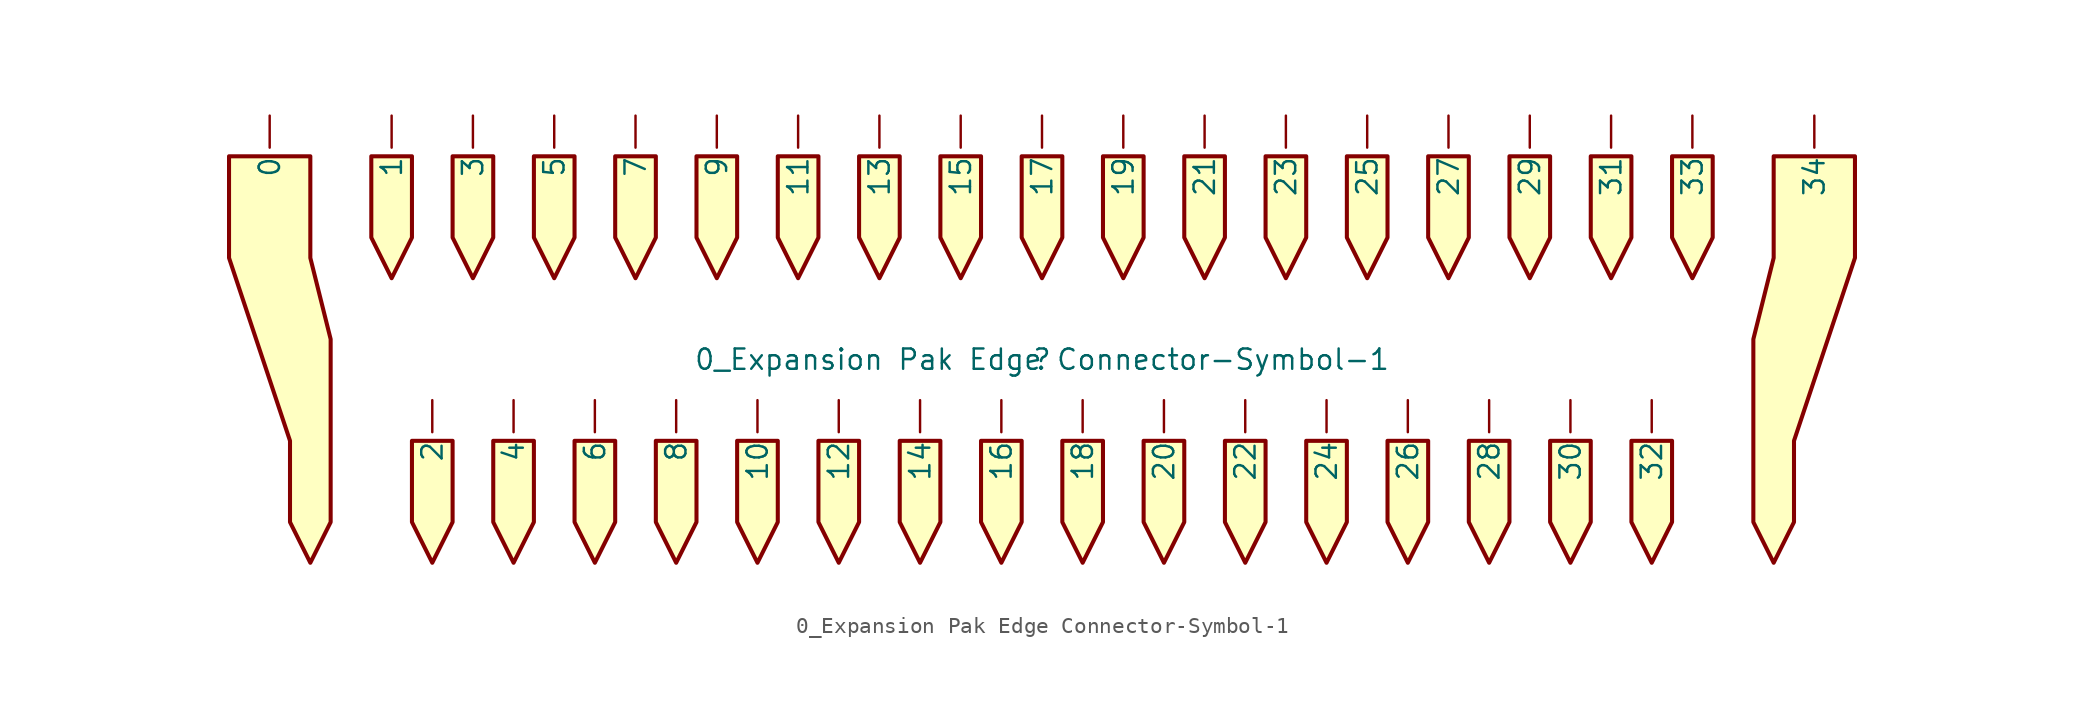
<source format=kicad_sym>
(kicad_symbol_lib
  (version 20241209)
  (generator "kicad_symbol_editor")
  (generator_version "9.0")
  (symbol "0_Expansion Pak Edge Connector-Symbol-1"
    (property "Reference" ""
      (at 0 0 0)
      (effects (font (size 1.27 1.27))))
    (property "Value" "0_Expansion Pak Edge Connector-Symbol-1"
      (at 0 0 0)
      (effects (font (size 1.27 1.27))))
    (symbol "0_Expansion Pak Edge Connector-Symbol-1_1_0"
      (polyline (pts (xy -50.8 12.7) (xy -50.8 6.35) (xy -46.99 -5.08) (xy -46.99 -10.16) (xy -45.72 -12.7) (xy -44.45 -10.16) (xy -44.45 1.27) (xy -45.72 6.35) (xy -45.72 12.7) (xy -50.8 12.7)) (stroke (width 0.254) (type default)) (fill (type background)))
      (polyline (pts (xy -41.91 12.7) (xy -41.91 7.62) (xy -40.64 5.08) (xy -39.37 7.62) (xy -39.37 12.7) (xy -41.91 12.7)) (stroke (width 0.254) (type default)) (fill (type background)))
      (polyline (pts (xy -39.37 -5.08) (xy -39.37 -10.16) (xy -38.1 -12.7) (xy -36.83 -10.16) (xy -36.83 -5.08) (xy -39.37 -5.08)) (stroke (width 0.254) (type default)) (fill (type background)))
      (polyline (pts (xy -36.83 12.7) (xy -36.83 7.62) (xy -35.56 5.08) (xy -34.29 7.62) (xy -34.29 12.7) (xy -36.83 12.7)) (stroke (width 0.254) (type default)) (fill (type background)))
      (polyline (pts (xy -34.29 -5.08) (xy -34.29 -10.16) (xy -33.02 -12.7) (xy -31.75 -10.16) (xy -31.75 -5.08) (xy -34.29 -5.08)) (stroke (width 0.254) (type default)) (fill (type background)))
      (polyline (pts (xy -31.75 12.7) (xy -31.75 7.62) (xy -30.48 5.08) (xy -29.21 7.62) (xy -29.21 12.7) (xy -31.75 12.7)) (stroke (width 0.254) (type default)) (fill (type background)))
      (polyline (pts (xy -29.21 -5.08) (xy -29.21 -10.16) (xy -27.94 -12.7) (xy -26.67 -10.16) (xy -26.67 -5.08) (xy -29.21 -5.08)) (stroke (width 0.254) (type default)) (fill (type background)))
      (polyline (pts (xy -26.67 12.7) (xy -26.67 7.62) (xy -25.4 5.08) (xy -24.13 7.62) (xy -24.13 12.7) (xy -26.67 12.7)) (stroke (width 0.254) (type default)) (fill (type background)))
      (polyline (pts (xy -24.13 -5.08) (xy -24.13 -10.16) (xy -22.86 -12.7) (xy -21.59 -10.16) (xy -21.59 -5.08) (xy -24.13 -5.08)) (stroke (width 0.254) (type default)) (fill (type background)))
      (polyline (pts (xy -21.59 12.7) (xy -21.59 7.62) (xy -20.32 5.08) (xy -19.05 7.62) (xy -19.05 12.7) (xy -21.59 12.7)) (stroke (width 0.254) (type default)) (fill (type background)))
      (polyline (pts (xy -19.05 -5.08) (xy -19.05 -10.16) (xy -17.78 -12.7) (xy -16.51 -10.16) (xy -16.51 -5.08) (xy -19.05 -5.08)) (stroke (width 0.254) (type default)) (fill (type background)))
      (polyline (pts (xy -16.51 12.7) (xy -16.51 7.62) (xy -15.24 5.08) (xy -13.97 7.62) (xy -13.97 12.7) (xy -16.51 12.7)) (stroke (width 0.254) (type default)) (fill (type background)))
      (polyline (pts (xy -13.97 -5.08) (xy -13.97 -10.16) (xy -12.7 -12.7) (xy -11.43 -10.16) (xy -11.43 -5.08) (xy -13.97 -5.08)) (stroke (width 0.254) (type default)) (fill (type background)))
      (polyline (pts (xy -11.43 12.7) (xy -11.43 7.62) (xy -10.16 5.08) (xy -8.89 7.62) (xy -8.89 12.7) (xy -11.43 12.7)) (stroke (width 0.254) (type default)) (fill (type background)))
      (polyline (pts (xy -8.89 -5.08) (xy -8.89 -10.16) (xy -7.62 -12.7) (xy -6.35 -10.16) (xy -6.35 -5.08) (xy -8.89 -5.08)) (stroke (width 0.254) (type default)) (fill (type background)))
      (polyline (pts (xy -6.35 12.7) (xy -6.35 7.62) (xy -5.08 5.08) (xy -3.81 7.62) (xy -3.81 12.7) (xy -6.35 12.7)) (stroke (width 0.254) (type default)) (fill (type background)))
      (polyline (pts (xy -3.81 -5.08) (xy -3.81 -10.16) (xy -2.54 -12.7) (xy -1.27 -10.16) (xy -1.27 -5.08) (xy -3.81 -5.08)) (stroke (width 0.254) (type default)) (fill (type background)))
      (polyline (pts (xy -1.27 12.7) (xy -1.27 7.62) (xy 0 5.08) (xy 1.27 7.62) (xy 1.27 12.7) (xy -1.27 12.7)) (stroke (width 0.254) (type default)) (fill (type background)))
      (polyline (pts (xy 1.27 -5.08) (xy 1.27 -10.16) (xy 2.54 -12.7) (xy 3.81 -10.16) (xy 3.81 -5.08) (xy 1.27 -5.08)) (stroke (width 0.254) (type default)) (fill (type background)))
      (polyline (pts (xy 3.81 12.7) (xy 3.81 7.62) (xy 5.08 5.08) (xy 6.35 7.62) (xy 6.35 12.7) (xy 3.81 12.7)) (stroke (width 0.254) (type default)) (fill (type background)))
      (polyline (pts (xy 6.35 -5.08) (xy 6.35 -10.16) (xy 7.62 -12.7) (xy 8.89 -10.16) (xy 8.89 -5.08) (xy 6.35 -5.08)) (stroke (width 0.254) (type default)) (fill (type background)))
      (polyline (pts (xy 8.89 12.7) (xy 8.89 7.62) (xy 10.16 5.08) (xy 11.43 7.62) (xy 11.43 12.7) (xy 8.89 12.7)) (stroke (width 0.254) (type default)) (fill (type background)))
      (polyline (pts (xy 11.43 -5.08) (xy 11.43 -10.16) (xy 12.7 -12.7) (xy 13.97 -10.16) (xy 13.97 -5.08) (xy 11.43 -5.08)) (stroke (width 0.254) (type default)) (fill (type background)))
      (polyline (pts (xy 13.97 12.7) (xy 13.97 7.62) (xy 15.24 5.08) (xy 16.51 7.62) (xy 16.51 12.7) (xy 13.97 12.7)) (stroke (width 0.254) (type default)) (fill (type background)))
      (polyline (pts (xy 16.51 -5.08) (xy 16.51 -10.16) (xy 17.78 -12.7) (xy 19.05 -10.16) (xy 19.05 -5.08) (xy 16.51 -5.08)) (stroke (width 0.254) (type default)) (fill (type background)))
      (polyline (pts (xy 19.05 12.7) (xy 19.05 7.62) (xy 20.32 5.08) (xy 21.59 7.62) (xy 21.59 12.7) (xy 19.05 12.7)) (stroke (width 0.254) (type default)) (fill (type background)))
      (polyline (pts (xy 21.59 -5.08) (xy 21.59 -10.16) (xy 22.86 -12.7) (xy 24.13 -10.16) (xy 24.13 -5.08) (xy 21.59 -5.08)) (stroke (width 0.254) (type default)) (fill (type background)))
      (polyline (pts (xy 24.13 12.7) (xy 24.13 7.62) (xy 25.4 5.08) (xy 26.67 7.62) (xy 26.67 12.7) (xy 24.13 12.7)) (stroke (width 0.254) (type default)) (fill (type background)))
      (polyline (pts (xy 26.67 -5.08) (xy 26.67 -10.16) (xy 27.94 -12.7) (xy 29.21 -10.16) (xy 29.21 -5.08) (xy 26.67 -5.08)) (stroke (width 0.254) (type default)) (fill (type background)))
      (polyline (pts (xy 29.21 12.7) (xy 29.21 7.62) (xy 30.48 5.08) (xy 31.75 7.62) (xy 31.75 12.7) (xy 29.21 12.7)) (stroke (width 0.254) (type default)) (fill (type background)))
      (polyline (pts (xy 31.75 -5.08) (xy 31.75 -10.16) (xy 33.02 -12.7) (xy 34.29 -10.16) (xy 34.29 -5.08) (xy 31.75 -5.08)) (stroke (width 0.254) (type default)) (fill (type background)))
      (polyline (pts (xy 34.29 12.7) (xy 34.29 7.62) (xy 35.56 5.08) (xy 36.83 7.62) (xy 36.83 12.7) (xy 34.29 12.7)) (stroke (width 0.254) (type default)) (fill (type background)))
      (polyline (pts (xy 36.83 -5.08) (xy 36.83 -10.16) (xy 38.1 -12.7) (xy 39.37 -10.16) (xy 39.37 -5.08) (xy 36.83 -5.08)) (stroke (width 0.254) (type default)) (fill (type background)))
      (polyline (pts (xy 39.37 12.7) (xy 39.37 7.62) (xy 40.64 5.08) (xy 41.91 7.62) (xy 41.91 12.7) (xy 39.37 12.7)) (stroke (width 0.254) (type default)) (fill (type background)))
      (polyline (pts (xy 50.8 12.7) (xy 50.8 6.35) (xy 46.99 -5.08) (xy 46.99 -10.16) (xy 45.72 -12.7) (xy 44.45 -10.16) (xy 44.45 1.27) (xy 45.72 6.35) (xy 45.72 12.7) (xy 50.8 12.7)) (stroke (width 0.254) (type default)) (fill (type background)))
      (pin passive line (at -48.26 15.24 270) (length 2) (name "0" (effects (font (size 1.27 1.27)))) (number "0" (effects (font (size 0 0)))))
      (pin passive line (at -40.64 15.24 270) (length 2) (name "1" (effects (font (size 1.27 1.27)))) (number "1" (effects (font (size 0 0)))))
      (pin passive line (at -38.1 -2.54 270) (length 2) (name "2" (effects (font (size 1.27 1.27)))) (number "2" (effects (font (size 0 0)))))
      (pin passive line (at -35.56 15.24 270) (length 2) (name "3" (effects (font (size 1.27 1.27)))) (number "3" (effects (font (size 0 0)))))
      (pin passive line (at -33.02 -2.54 270) (length 2) (name "4" (effects (font (size 1.27 1.27)))) (number "4" (effects (font (size 0 0)))))
      (pin passive line (at -30.48 15.24 270) (length 2) (name "5" (effects (font (size 1.27 1.27)))) (number "5" (effects (font (size 0 0)))))
      (pin passive line (at -27.94 -2.54 270) (length 2) (name "6" (effects (font (size 1.27 1.27)))) (number "6" (effects (font (size 0 0)))))
      (pin passive line (at -25.4 15.24 270) (length 2) (name "7" (effects (font (size 1.27 1.27)))) (number "7" (effects (font (size 0 0)))))
      (pin passive line (at -22.86 -2.54 270) (length 2) (name "8" (effects (font (size 1.27 1.27)))) (number "8" (effects (font (size 0 0)))))
      (pin passive line (at -20.32 15.24 270) (length 2) (name "9" (effects (font (size 1.27 1.27)))) (number "9" (effects (font (size 0 0)))))
      (pin passive line (at -17.78 -2.54 270) (length 2) (name "10" (effects (font (size 1.27 1.27)))) (number "10" (effects (font (size 0 0)))))
      (pin passive line (at -15.24 15.24 270) (length 2) (name "11" (effects (font (size 1.27 1.27)))) (number "11" (effects (font (size 0 0)))))
      (pin passive line (at -12.7 -2.54 270) (length 2) (name "12" (effects (font (size 1.27 1.27)))) (number "12" (effects (font (size 0 0)))))
      (pin passive line (at -10.16 15.24 270) (length 2) (name "13" (effects (font (size 1.27 1.27)))) (number "13" (effects (font (size 0 0)))))
      (pin passive line (at -7.62 -2.54 270) (length 2) (name "14" (effects (font (size 1.27 1.27)))) (number "14" (effects (font (size 0 0)))))
      (pin passive line (at -5.08 15.24 270) (length 2) (name "15" (effects (font (size 1.27 1.27)))) (number "15" (effects (font (size 0 0)))))
      (pin passive line (at -2.54 -2.54 270) (length 2) (name "16" (effects (font (size 1.27 1.27)))) (number "16" (effects (font (size 0 0)))))
      (pin passive line (at 0 15.24 270) (length 2) (name "17" (effects (font (size 1.27 1.27)))) (number "17" (effects (font (size 0 0)))))
      (pin passive line (at 2.54 -2.54 270) (length 2) (name "18" (effects (font (size 1.27 1.27)))) (number "18" (effects (font (size 0 0)))))
      (pin passive line (at 5.08 15.24 270) (length 2) (name "19" (effects (font (size 1.27 1.27)))) (number "19" (effects (font (size 0 0)))))
      (pin passive line (at 7.62 -2.54 270) (length 2) (name "20" (effects (font (size 1.27 1.27)))) (number "20" (effects (font (size 0 0)))))
      (pin passive line (at 10.16 15.24 270) (length 2) (name "21" (effects (font (size 1.27 1.27)))) (number "21" (effects (font (size 0 0)))))
      (pin passive line (at 12.7 -2.54 270) (length 2) (name "22" (effects (font (size 1.27 1.27)))) (number "22" (effects (font (size 0 0)))))
      (pin passive line (at 15.24 15.24 270) (length 2) (name "23" (effects (font (size 1.27 1.27)))) (number "23" (effects (font (size 0 0)))))
      (pin passive line (at 17.78 -2.54 270) (length 2) (name "24" (effects (font (size 1.27 1.27)))) (number "24" (effects (font (size 0 0)))))
      (pin passive line (at 20.32 15.24 270) (length 2) (name "25" (effects (font (size 1.27 1.27)))) (number "25" (effects (font (size 0 0)))))
      (pin passive line (at 22.86 -2.54 270) (length 2) (name "26" (effects (font (size 1.27 1.27)))) (number "26" (effects (font (size 0 0)))))
      (pin passive line (at 25.4 15.24 270) (length 2) (name "27" (effects (font (size 1.27 1.27)))) (number "27" (effects (font (size 0 0)))))
      (pin passive line (at 27.94 -2.54 270) (length 2) (name "28" (effects (font (size 1.27 1.27)))) (number "28" (effects (font (size 0 0)))))
      (pin passive line (at 30.48 15.24 270) (length 2) (name "29" (effects (font (size 1.27 1.27)))) (number "29" (effects (font (size 0 0)))))
      (pin passive line (at 33.02 -2.54 270) (length 2) (name "30" (effects (font (size 1.27 1.27)))) (number "30" (effects (font (size 0 0)))))
      (pin passive line (at 35.56 15.24 270) (length 2) (name "31" (effects (font (size 1.27 1.27)))) (number "31" (effects (font (size 0 0)))))
      (pin passive line (at 38.1 -2.54 270) (length 2) (name "32" (effects (font (size 1.27 1.27)))) (number "32" (effects (font (size 0 0)))))
      (pin passive line (at 40.64 15.24 270) (length 2) (name "33" (effects (font (size 1.27 1.27)))) (number "33" (effects (font (size 0 0)))))
      (pin passive line (at 48.26 15.24 270) (length 2) (name "34" (effects (font (size 1.27 1.27)))) (number "34" (effects (font (size 0 0))))))))
</source>
